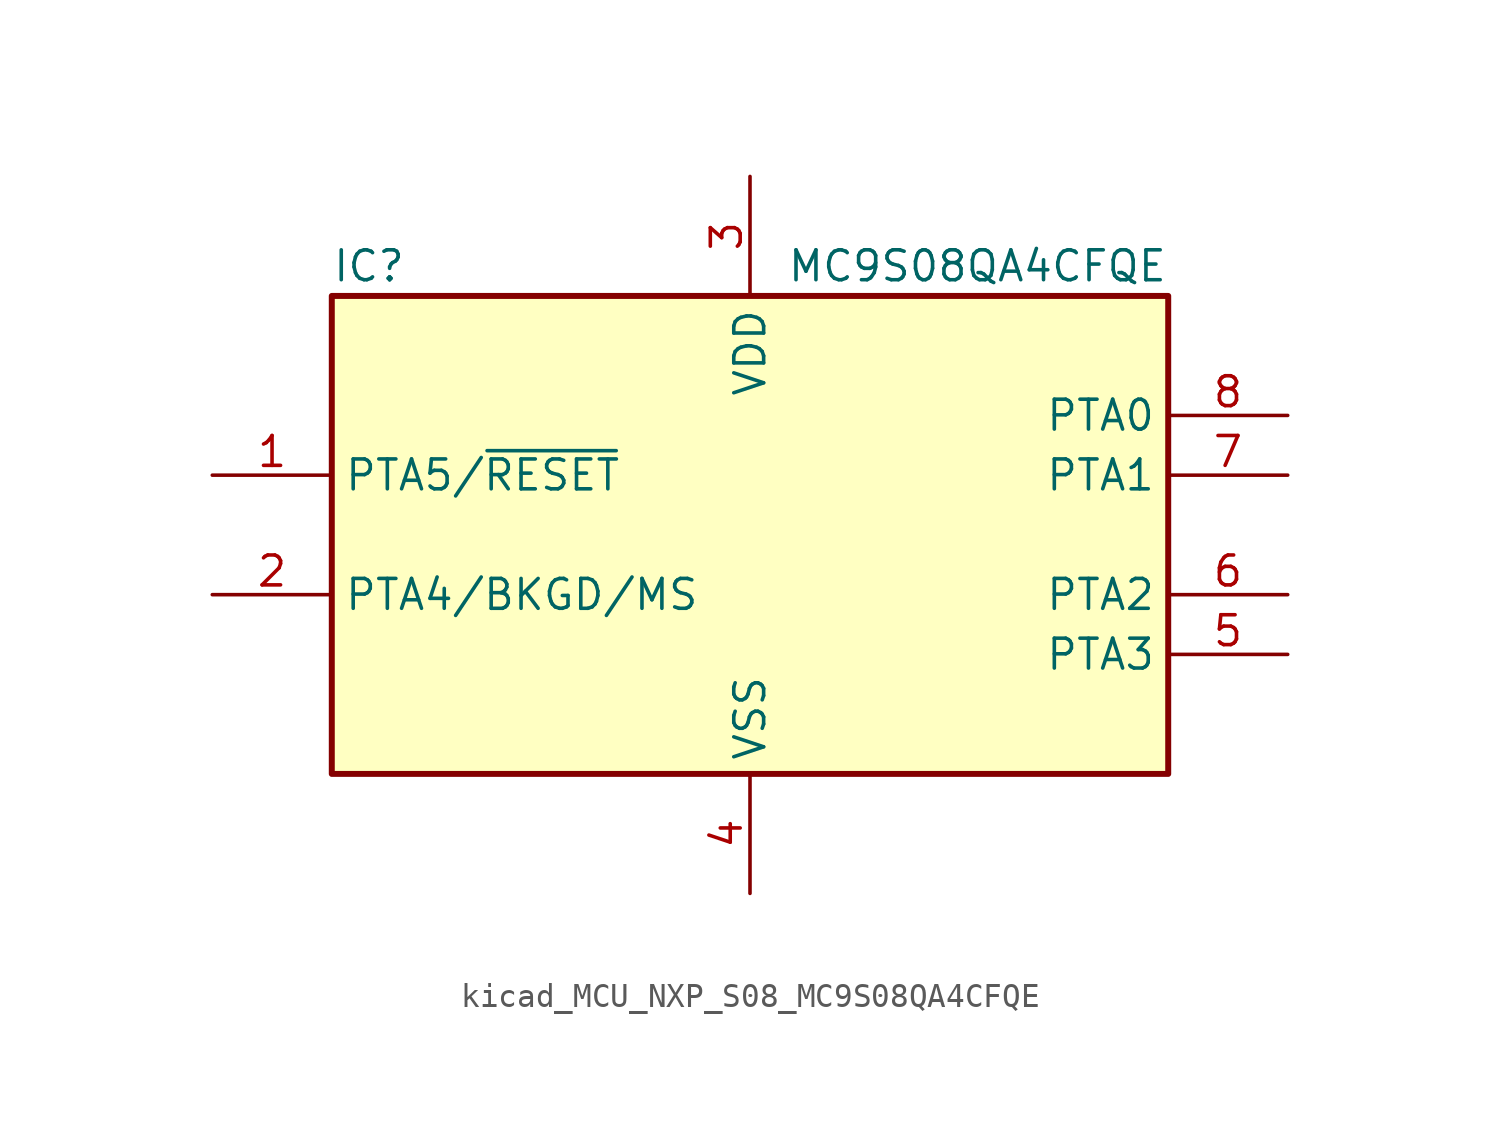
<source format=kicad_sym>
(kicad_symbol_lib
  (version 20220914)
  (generator kicad_symbol_editor)
  (symbol "kicad_MCU_NXP_S08_MC9S08QA4CFQE"
    (property "Reference" "IC"
      (at -17.78 11.43 0)
      (effects (font (size 1.27 1.27)) (justify left)))
    (property "Value" "MC9S08QA4CFQE"
      (at 17.78 11.43 0)
      (effects (font (size 1.27 1.27)) (justify right)))
    (symbol "kicad_MCU_NXP_S08_MC9S08QA4CFQE_0_1"
      (rectangle (start -17.78 10.16) (end 17.78 -10.16) (stroke (width 0.254) (type default)) (fill (type background))))
    (symbol "kicad_MCU_NXP_S08_MC9S08QA4CFQE_1_1"
      (pin bidirectional line (at -22.86 2.54 0) (length 5.08) (name "PTA5/~{RESET}" (effects (font (size 1.27 1.27)))) (number "1" (effects (font (size 1.27 1.27)))))
      (pin bidirectional line (at -22.86 -2.54 0) (length 5.08) (name "PTA4/BKGD/MS" (effects (font (size 1.27 1.27)))) (number "2" (effects (font (size 1.27 1.27)))))
      (pin power_in line (at 0 15.24 270) (length 5.08) (name "VDD" (effects (font (size 1.27 1.27)))) (number "3" (effects (font (size 1.27 1.27)))))
      (pin power_in line (at 0 -15.24 90) (length 5.08) (name "VSS" (effects (font (size 1.27 1.27)))) (number "4" (effects (font (size 1.27 1.27)))))
      (pin bidirectional line (at 22.86 -5.08 180) (length 5.08) (name "PTA3" (effects (font (size 1.27 1.27)))) (number "5" (effects (font (size 1.27 1.27)))))
      (pin bidirectional line (at 22.86 -2.54 180) (length 5.08) (name "PTA2" (effects (font (size 1.27 1.27)))) (number "6" (effects (font (size 1.27 1.27)))))
      (pin bidirectional line (at 22.86 2.54 180) (length 5.08) (name "PTA1" (effects (font (size 1.27 1.27)))) (number "7" (effects (font (size 1.27 1.27)))))
      (pin bidirectional line (at 22.86 5.08 180) (length 5.08) (name "PTA0" (effects (font (size 1.27 1.27)))) (number "8" (effects (font (size 1.27 1.27))))))))
</source>
